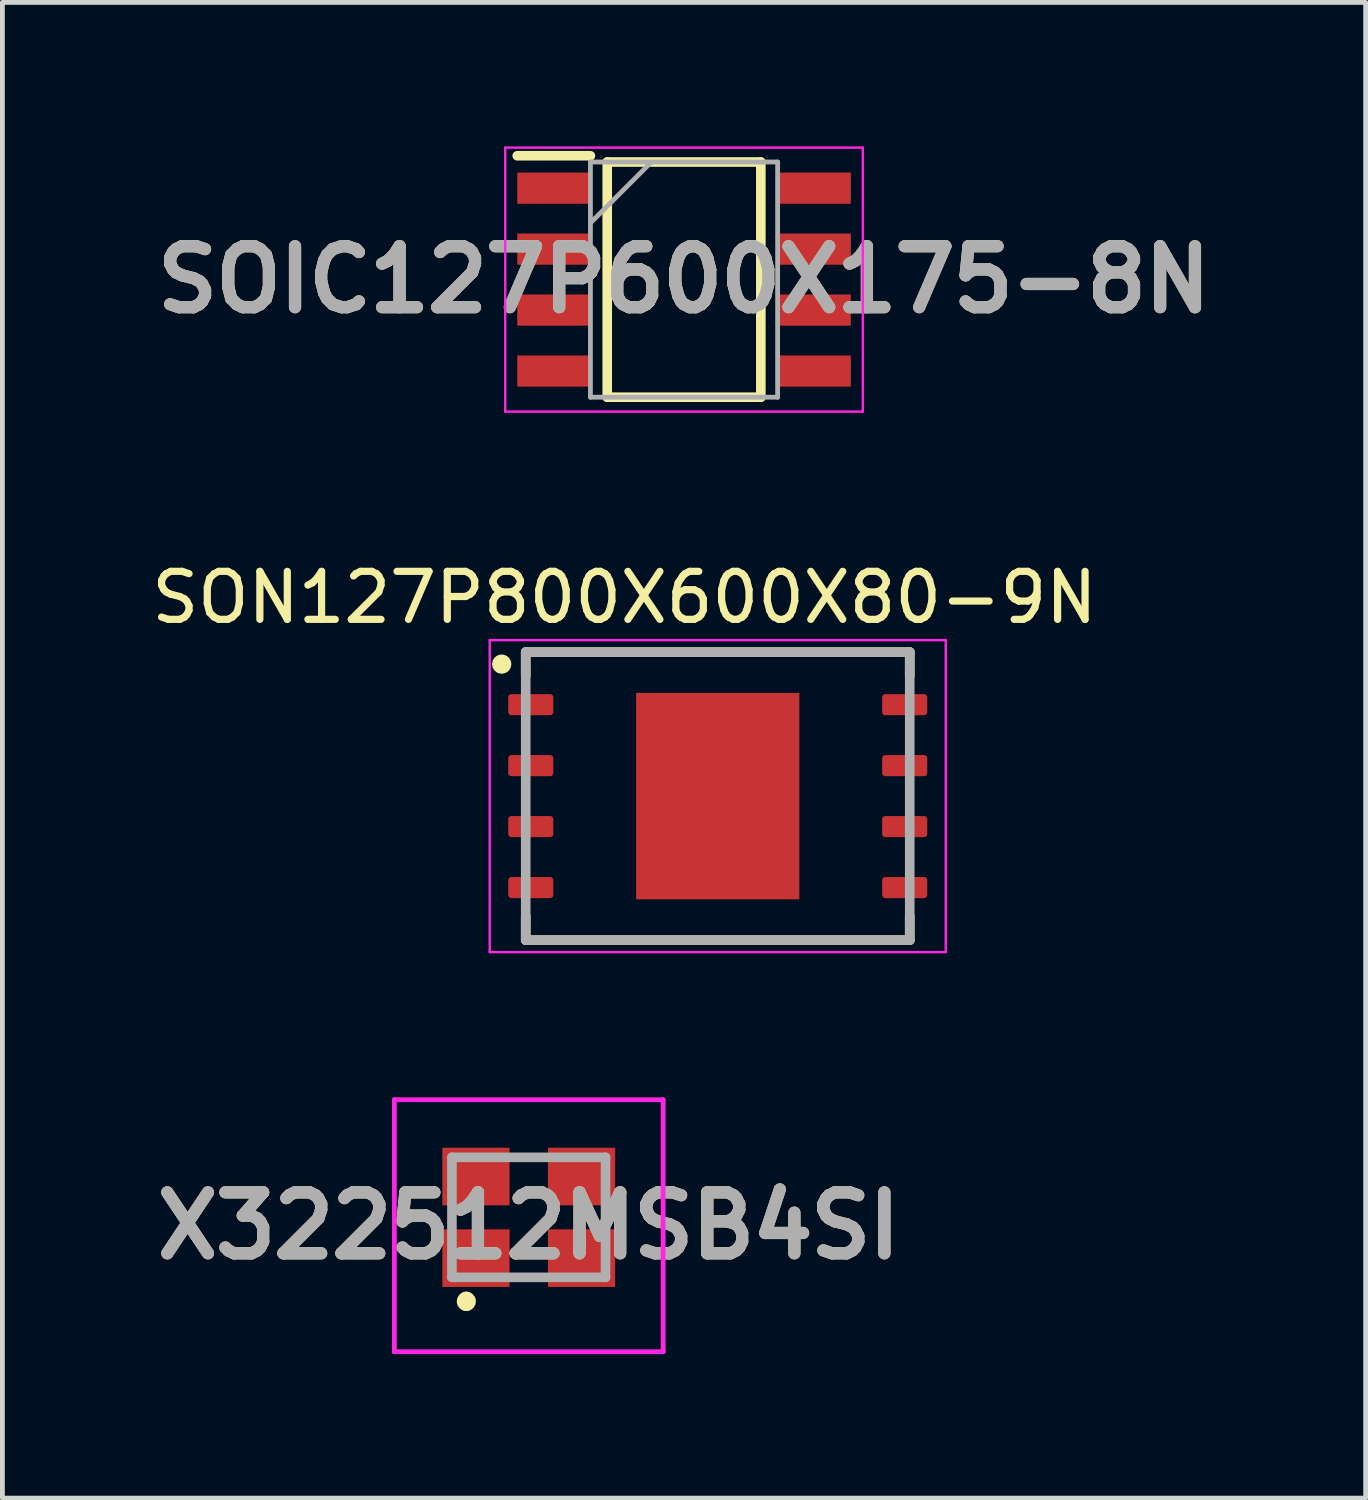
<source format=kicad_pcb>
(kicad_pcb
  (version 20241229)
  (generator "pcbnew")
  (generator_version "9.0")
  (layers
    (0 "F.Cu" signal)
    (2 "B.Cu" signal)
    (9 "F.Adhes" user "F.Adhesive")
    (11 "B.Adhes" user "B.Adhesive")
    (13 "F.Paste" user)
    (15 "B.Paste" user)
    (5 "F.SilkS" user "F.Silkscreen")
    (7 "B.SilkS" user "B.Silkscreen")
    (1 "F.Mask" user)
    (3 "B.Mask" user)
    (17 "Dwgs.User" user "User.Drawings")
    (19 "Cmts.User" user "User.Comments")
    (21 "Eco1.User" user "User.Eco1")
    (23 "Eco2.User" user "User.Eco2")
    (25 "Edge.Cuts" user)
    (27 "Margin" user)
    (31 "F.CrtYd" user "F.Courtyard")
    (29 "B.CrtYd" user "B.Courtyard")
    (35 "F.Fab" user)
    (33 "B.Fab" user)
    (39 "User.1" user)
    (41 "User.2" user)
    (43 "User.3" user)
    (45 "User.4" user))
  (footprint "SON127P800X600X80-9N"
    (layer "F.Cu")
    (at 11.902 13.535)
    (property "Reference" "SON127P800X600X80-9N" (at -1.943 -4.137 0) (layer "F.SilkS") (effects (font (size 1 1) (thickness 0.15))))
    (attr through_hole)
    (fp_line (start -4 -3) (end 4 -3) (stroke (width 0.2) (type solid)) (layer "F.SilkS"))
    (fp_line (start -4 -2.5) (end -4 -3) (stroke (width 0.2) (type solid)) (layer "F.SilkS"))
    (fp_line (start -4 2.5) (end -4 3) (stroke (width 0.2) (type solid)) (layer "F.SilkS"))
    (fp_line (start -4 3) (end 4 3) (stroke (width 0.2) (type solid)) (layer "F.SilkS"))
    (fp_line (start 4 -3) (end 4 -2.5) (stroke (width 0.2) (type solid)) (layer "F.SilkS"))
    (fp_line (start 4 3) (end 4 2.5) (stroke (width 0.2) (type solid)) (layer "F.SilkS"))
    (fp_circle (center -4.5 -2.75) (end -4.4 -2.75) (stroke (width 0.2) (type solid)) (fill no) (layer "F.SilkS"))
    (fp_poly (pts (xy -1.56 -1.56) (xy 0.04 -1.56) (xy 0.04 -0.41) (xy -1.56 -0.41)) (stroke (width 0.01) (type solid)) (fill yes) (layer "F.Paste"))
    (fp_poly (pts (xy -1.56 0.41) (xy 0.04 0.41) (xy 0.04 1.56) (xy -1.56 1.56)) (stroke (width 0.01) (type solid)) (fill yes) (layer "F.Paste"))
    (fp_poly (pts (xy -0.04 -1.56) (xy 1.56 -1.56) (xy 1.56 -0.41) (xy -0.04 -0.41)) (stroke (width 0.01) (type solid)) (fill yes) (layer "F.Paste"))
    (fp_poly (pts (xy -0.04 0.41) (xy 1.56 0.41) (xy 1.56 1.56) (xy -0.04 1.56)) (stroke (width 0.01) (type solid)) (fill yes) (layer "F.Paste"))
    (fp_line (start -4.75 -3.25) (end 4.75 -3.25) (stroke (width 0.05) (type solid)) (layer "F.CrtYd"))
    (fp_line (start -4.75 3.25) (end -4.75 -3.25) (stroke (width 0.05) (type solid)) (layer "F.CrtYd"))
    (fp_line (start 4.75 -3.25) (end 4.75 3.25) (stroke (width 0.05) (type solid)) (layer "F.CrtYd"))
    (fp_line (start 4.75 3.25) (end -4.75 3.25) (stroke (width 0.05) (type solid)) (layer "F.CrtYd"))
    (fp_line (start -4 -3) (end 4 -3) (stroke (width 0.2) (type solid)) (layer "F.Fab"))
    (fp_line (start -4 3) (end -4 -3) (stroke (width 0.2) (type solid)) (layer "F.Fab"))
    (fp_line (start 4 -3) (end 4 3) (stroke (width 0.2) (type solid)) (layer "F.Fab"))
    (fp_line (start 4 3) (end -4 3) (stroke (width 0.2) (type solid)) (layer "F.Fab"))
    (pad "1" smd roundrect (at -3.895 -1.905) (size 0.94 0.44) (layers "F.Cu" "F.Mask" "F.Paste") (roundrect_rratio 0.15))
    (pad "2" smd roundrect (at -3.895 -0.635) (size 0.94 0.44) (layers "F.Cu" "F.Mask" "F.Paste") (roundrect_rratio 0.15))
    (pad "3" smd roundrect (at -3.895 0.635) (size 0.94 0.44) (layers "F.Cu" "F.Mask" "F.Paste") (roundrect_rratio 0.15))
    (pad "4" smd roundrect (at -3.895 1.905) (size 0.94 0.44) (layers "F.Cu" "F.Mask" "F.Paste") (roundrect_rratio 0.15))
    (pad "5" smd roundrect (at 3.895 1.905) (size 0.94 0.44) (layers "F.Cu" "F.Mask" "F.Paste") (roundrect_rratio 0.15))
    (pad "6" smd roundrect (at 3.895 0.635) (size 0.94 0.44) (layers "F.Cu" "F.Mask" "F.Paste") (roundrect_rratio 0.15))
    (pad "7" smd roundrect (at 3.895 -0.635) (size 0.94 0.44) (layers "F.Cu" "F.Mask" "F.Paste") (roundrect_rratio 0.15))
    (pad "8" smd roundrect (at 3.895 -1.905) (size 0.94 0.44) (layers "F.Cu" "F.Mask" "F.Paste") (roundrect_rratio 0.15))
    (pad "9" smd rect (at 0 0) (size 3.4 4.3) (layers "F.Cu" "F.Mask")))
  (footprint "SOIC127P600X175-8N"
    (layer "F.Cu")
    (at 11.2 2.775)
    (property "Reference" "SOIC127P600X175-8N" (at 0 0 0) (layer "F.SilkS") (effects (font (size 1.27 1.27) (thickness 0.254))))
    (attr smd)
    (fp_line (start -3.475 -2.58) (end -1.95 -2.58) (stroke (width 0.2) (type solid)) (layer "F.SilkS"))
    (fp_line (start -1.6 -2.45) (end 1.6 -2.45) (stroke (width 0.2) (type solid)) (layer "F.SilkS"))
    (fp_line (start -1.6 2.45) (end -1.6 -2.45) (stroke (width 0.2) (type solid)) (layer "F.SilkS"))
    (fp_line (start 1.6 -2.45) (end 1.6 2.45) (stroke (width 0.2) (type solid)) (layer "F.SilkS"))
    (fp_line (start 1.6 2.45) (end -1.6 2.45) (stroke (width 0.2) (type solid)) (layer "F.SilkS"))
    (fp_line (start -3.725 -2.75) (end 3.725 -2.75) (stroke (width 0.05) (type solid)) (layer "F.CrtYd"))
    (fp_line (start -3.725 2.75) (end -3.725 -2.75) (stroke (width 0.05) (type solid)) (layer "F.CrtYd"))
    (fp_line (start 3.725 -2.75) (end 3.725 2.75) (stroke (width 0.05) (type solid)) (layer "F.CrtYd"))
    (fp_line (start 3.725 2.75) (end -3.725 2.75) (stroke (width 0.05) (type solid)) (layer "F.CrtYd"))
    (fp_line (start -1.95 -2.45) (end 1.95 -2.45) (stroke (width 0.1) (type solid)) (layer "F.Fab"))
    (fp_line (start -1.95 -1.18) (end -0.68 -2.45) (stroke (width 0.1) (type solid)) (layer "F.Fab"))
    (fp_line (start -1.95 2.45) (end -1.95 -2.45) (stroke (width 0.1) (type solid)) (layer "F.Fab"))
    (fp_line (start 1.95 -2.45) (end 1.95 2.45) (stroke (width 0.1) (type solid)) (layer "F.Fab"))
    (fp_line (start 1.95 2.45) (end -1.95 2.45) (stroke (width 0.1) (type solid)) (layer "F.Fab"))
    (fp_text user "${REFERENCE}" (at 0 0 0) (layer "F.Fab") (effects (font (size 1.27 1.27) (thickness 0.254))))
    (pad "1" smd rect (at -2.712 -1.905 90) (size 0.65 1.525) (layers "F.Cu" "F.Mask" "F.Paste"))
    (pad "2" smd rect (at -2.712 -0.635 90) (size 0.65 1.525) (layers "F.Cu" "F.Mask" "F.Paste"))
    (pad "3" smd rect (at -2.712 0.635 90) (size 0.65 1.525) (layers "F.Cu" "F.Mask" "F.Paste"))
    (pad "4" smd rect (at -2.712 1.905 90) (size 0.65 1.525) (layers "F.Cu" "F.Mask" "F.Paste"))
    (pad "5" smd rect (at 2.712 1.905 90) (size 0.65 1.525) (layers "F.Cu" "F.Mask" "F.Paste"))
    (pad "6" smd rect (at 2.712 0.635 90) (size 0.65 1.525) (layers "F.Cu" "F.Mask" "F.Paste"))
    (pad "7" smd rect (at 2.712 -0.635 90) (size 0.65 1.525) (layers "F.Cu" "F.Mask" "F.Paste"))
    (pad "8" smd rect (at 2.712 -1.905 90) (size 0.65 1.525) (layers "F.Cu" "F.Mask" "F.Paste")))
  (footprint "X322512MSB4SI"
    (layer "F.Cu")
    (at 7.965 22.31)
    (property "Reference" "X322512MSB4SI" (at 0 0.175 0) (layer "F.SilkS") (effects (font (size 1.27 1.27) (thickness 0.254))))
    (attr smd)
    (fp_line (start -1.6 -0.2) (end -1.6 0.2) (stroke (width 0.1) (type solid)) (layer "F.SilkS"))
    (fp_line (start -1.3 1.7) (end -1.3 1.7) (stroke (width 0.3) (type solid)) (layer "F.SilkS"))
    (fp_line (start -1.3 1.8) (end -1.3 1.8) (stroke (width 0.3) (type solid)) (layer "F.SilkS"))
    (fp_line (start -0.3 -1.25) (end 0.3 -1.25) (stroke (width 0.1) (type solid)) (layer "F.SilkS"))
    (fp_line (start -0.3 1.25) (end 0.3 1.25) (stroke (width 0.1) (type solid)) (layer "F.SilkS"))
    (fp_line (start 1.6 -0.2) (end 1.6 0.2) (stroke (width 0.1) (type solid)) (layer "F.SilkS"))
    (fp_arc (start -1.3 1.7) (mid -1.25 1.75) (end -1.3 1.8) (stroke (width 0.3) (type solid)) (layer "F.SilkS"))
    (fp_arc (start -1.3 1.8) (mid -1.35 1.75) (end -1.3 1.7) (stroke (width 0.3) (type solid)) (layer "F.SilkS"))
    (fp_line (start -2.8 -2.45) (end 2.8 -2.45) (stroke (width 0.1) (type solid)) (layer "F.CrtYd"))
    (fp_line (start -2.8 2.8) (end -2.8 -2.45) (stroke (width 0.1) (type solid)) (layer "F.CrtYd"))
    (fp_line (start 2.8 -2.45) (end 2.8 2.8) (stroke (width 0.1) (type solid)) (layer "F.CrtYd"))
    (fp_line (start 2.8 2.8) (end -2.8 2.8) (stroke (width 0.1) (type solid)) (layer "F.CrtYd"))
    (fp_line (start -1.6 -1.25) (end 1.6 -1.25) (stroke (width 0.2) (type solid)) (layer "F.Fab"))
    (fp_line (start -1.6 1.25) (end -1.6 -1.25) (stroke (width 0.2) (type solid)) (layer "F.Fab"))
    (fp_line (start 1.6 -1.25) (end 1.6 1.25) (stroke (width 0.2) (type solid)) (layer "F.Fab"))
    (fp_line (start 1.6 1.25) (end -1.6 1.25) (stroke (width 0.2) (type solid)) (layer "F.Fab"))
    (fp_text user "${REFERENCE}" (at 0 0.175 0) (layer "F.Fab") (effects (font (size 1.27 1.27) (thickness 0.254))))
    (pad "1" smd rect (at -1.1 0.85 90) (size 1.2 1.4) (layers "F.Cu" "F.Mask" "F.Paste"))
    (pad "2" smd rect (at 1.1 0.85 90) (size 1.2 1.4) (layers "F.Cu" "F.Mask" "F.Paste"))
    (pad "3" smd rect (at 1.1 -0.85 90) (size 1.2 1.4) (layers "F.Cu" "F.Mask" "F.Paste"))
    (pad "4" smd rect (at -1.1 -0.85 90) (size 1.2 1.4) (layers "F.Cu" "F.Mask" "F.Paste")))
  (gr_rect
    (start -3 -3)
    (end 25.4 28.16)
    (stroke (width 0.1) (type default))
    (fill no)
    (layer "Edge.Cuts")))
</source>
